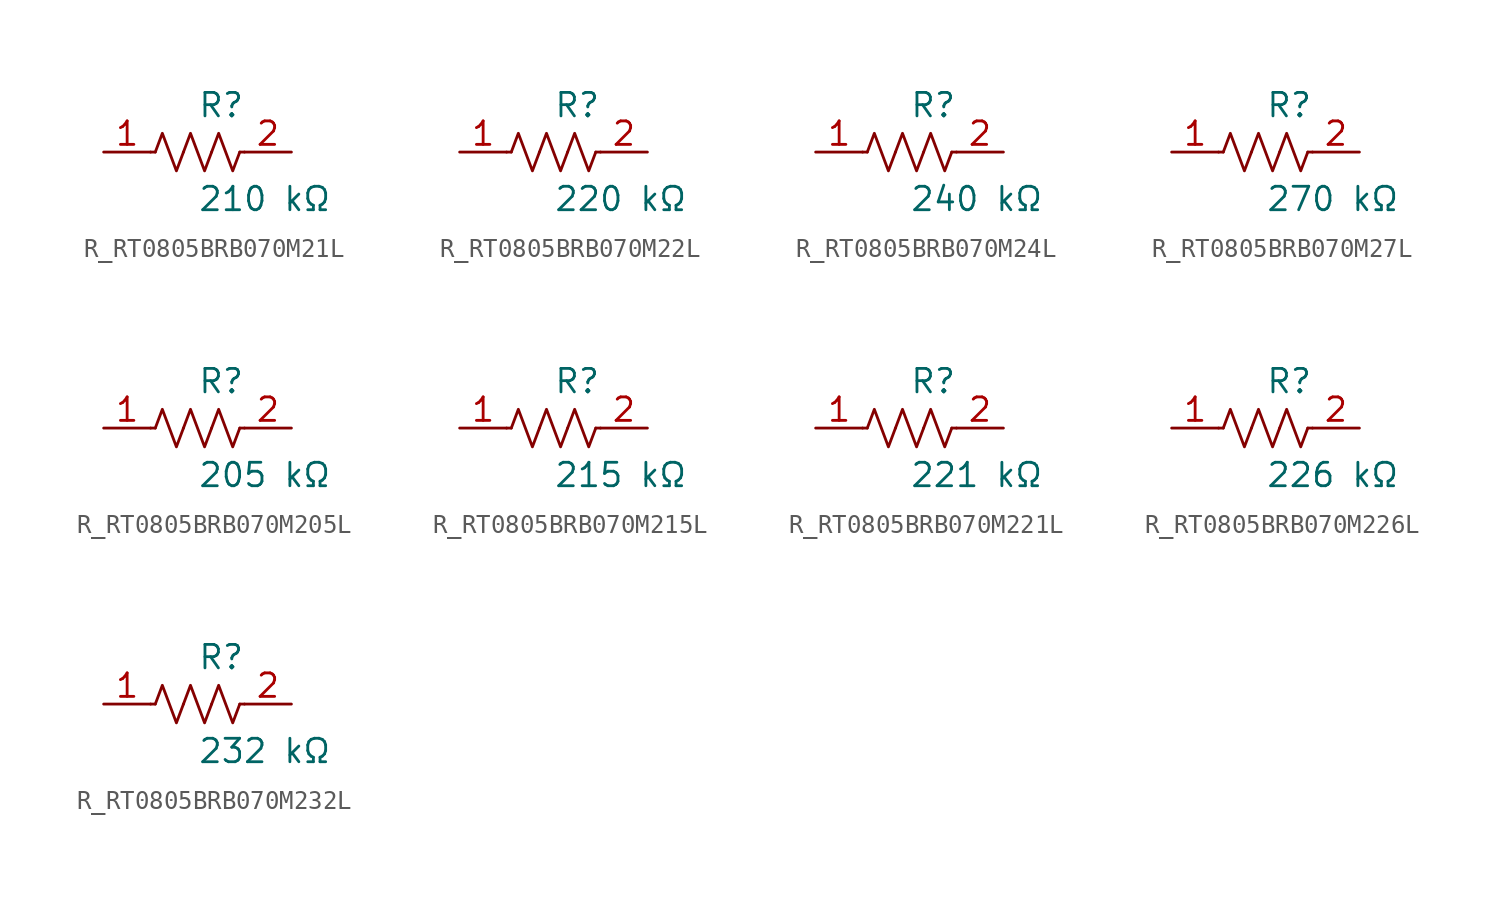
<source format=kicad_sym>
(kicad_symbol_lib
  (version 20231120)
  (generator kicad_symbol_editor)
  (generator_version 8.0)
  (symbol "R_RT0805BRB070M21L"
    (pin_names
      (offset 0.254))
    (property "Reference" "R"
      (at 0.0 2.54 0)
      (effects (font (size 1.27 1.27)) (justify left)))
    (property "Value" "210 kΩ"
      (at 0.0 -2.54 0)
      (effects (font (size 1.27 1.27)) (justify left)))
    (symbol "R_RT0805BRB070M21L_0_1"
      (polyline (pts (xy 2.286 0) (xy 2.54 0)) (stroke (width 0) (type default)) (fill (type none)))
      (polyline (pts (xy -2.286 0) (xy -2.54 0)) (stroke (width 0) (type default)) (fill (type none)))
      (polyline (pts (xy 0.762 0) (xy 1.143 1.016) (xy 1.524 0) (xy 1.905 -1.016) (xy 2.286 0)) (stroke (width 0) (type default)) (fill (type none)))
      (polyline (pts (xy -0.762 0) (xy -0.381 1.016) (xy 0 0) (xy 0.381 -1.016) (xy 0.762 0)) (stroke (width 0) (type default)) (fill (type none)))
      (polyline (pts (xy -2.286 0) (xy -1.905 1.016) (xy -1.524 0) (xy -1.143 -1.016) (xy -0.762 0)) (stroke (width 0) (type default)) (fill (type none))))
    (pin unspecified line
      (at -5.08 0 0)
      (length 2.54)
      (name "" (effects (font (size 1.27 1.27))))
      (number "1" (effects (font (size 1.27 1.27)))))
    (pin unspecified line
      (at 5.08 0 180)
      (length 2.54)
      (name "" (effects (font (size 1.27 1.27))))
      (number "2" (effects (font (size 1.27 1.27))))))
  (symbol "R_RT0805BRB070M22L"
    (pin_names
      (offset 0.254))
    (property "Reference" "R"
      (at 0.0 2.54 0)
      (effects (font (size 1.27 1.27)) (justify left)))
    (property "Value" "220 kΩ"
      (at 0.0 -2.54 0)
      (effects (font (size 1.27 1.27)) (justify left)))
    (symbol "R_RT0805BRB070M22L_0_1"
      (polyline (pts (xy 2.286 0) (xy 2.54 0)) (stroke (width 0) (type default)) (fill (type none)))
      (polyline (pts (xy -2.286 0) (xy -2.54 0)) (stroke (width 0) (type default)) (fill (type none)))
      (polyline (pts (xy 0.762 0) (xy 1.143 1.016) (xy 1.524 0) (xy 1.905 -1.016) (xy 2.286 0)) (stroke (width 0) (type default)) (fill (type none)))
      (polyline (pts (xy -0.762 0) (xy -0.381 1.016) (xy 0 0) (xy 0.381 -1.016) (xy 0.762 0)) (stroke (width 0) (type default)) (fill (type none)))
      (polyline (pts (xy -2.286 0) (xy -1.905 1.016) (xy -1.524 0) (xy -1.143 -1.016) (xy -0.762 0)) (stroke (width 0) (type default)) (fill (type none))))
    (pin unspecified line
      (at -5.08 0 0)
      (length 2.54)
      (name "" (effects (font (size 1.27 1.27))))
      (number "1" (effects (font (size 1.27 1.27)))))
    (pin unspecified line
      (at 5.08 0 180)
      (length 2.54)
      (name "" (effects (font (size 1.27 1.27))))
      (number "2" (effects (font (size 1.27 1.27))))))
  (symbol "R_RT0805BRB070M24L"
    (pin_names
      (offset 0.254))
    (property "Reference" "R"
      (at 0.0 2.54 0)
      (effects (font (size 1.27 1.27)) (justify left)))
    (property "Value" "240 kΩ"
      (at 0.0 -2.54 0)
      (effects (font (size 1.27 1.27)) (justify left)))
    (symbol "R_RT0805BRB070M24L_0_1"
      (polyline (pts (xy 2.286 0) (xy 2.54 0)) (stroke (width 0) (type default)) (fill (type none)))
      (polyline (pts (xy -2.286 0) (xy -2.54 0)) (stroke (width 0) (type default)) (fill (type none)))
      (polyline (pts (xy 0.762 0) (xy 1.143 1.016) (xy 1.524 0) (xy 1.905 -1.016) (xy 2.286 0)) (stroke (width 0) (type default)) (fill (type none)))
      (polyline (pts (xy -0.762 0) (xy -0.381 1.016) (xy 0 0) (xy 0.381 -1.016) (xy 0.762 0)) (stroke (width 0) (type default)) (fill (type none)))
      (polyline (pts (xy -2.286 0) (xy -1.905 1.016) (xy -1.524 0) (xy -1.143 -1.016) (xy -0.762 0)) (stroke (width 0) (type default)) (fill (type none))))
    (pin unspecified line
      (at -5.08 0 0)
      (length 2.54)
      (name "" (effects (font (size 1.27 1.27))))
      (number "1" (effects (font (size 1.27 1.27)))))
    (pin unspecified line
      (at 5.08 0 180)
      (length 2.54)
      (name "" (effects (font (size 1.27 1.27))))
      (number "2" (effects (font (size 1.27 1.27))))))
  (symbol "R_RT0805BRB070M27L"
    (pin_names
      (offset 0.254))
    (property "Reference" "R"
      (at 0.0 2.54 0)
      (effects (font (size 1.27 1.27)) (justify left)))
    (property "Value" "270 kΩ"
      (at 0.0 -2.54 0)
      (effects (font (size 1.27 1.27)) (justify left)))
    (symbol "R_RT0805BRB070M27L_0_1"
      (polyline (pts (xy 2.286 0) (xy 2.54 0)) (stroke (width 0) (type default)) (fill (type none)))
      (polyline (pts (xy -2.286 0) (xy -2.54 0)) (stroke (width 0) (type default)) (fill (type none)))
      (polyline (pts (xy 0.762 0) (xy 1.143 1.016) (xy 1.524 0) (xy 1.905 -1.016) (xy 2.286 0)) (stroke (width 0) (type default)) (fill (type none)))
      (polyline (pts (xy -0.762 0) (xy -0.381 1.016) (xy 0 0) (xy 0.381 -1.016) (xy 0.762 0)) (stroke (width 0) (type default)) (fill (type none)))
      (polyline (pts (xy -2.286 0) (xy -1.905 1.016) (xy -1.524 0) (xy -1.143 -1.016) (xy -0.762 0)) (stroke (width 0) (type default)) (fill (type none))))
    (pin unspecified line
      (at -5.08 0 0)
      (length 2.54)
      (name "" (effects (font (size 1.27 1.27))))
      (number "1" (effects (font (size 1.27 1.27)))))
    (pin unspecified line
      (at 5.08 0 180)
      (length 2.54)
      (name "" (effects (font (size 1.27 1.27))))
      (number "2" (effects (font (size 1.27 1.27))))))
  (symbol "R_RT0805BRB070M205L"
    (pin_names
      (offset 0.254))
    (property "Reference" "R"
      (at 0.0 2.54 0)
      (effects (font (size 1.27 1.27)) (justify left)))
    (property "Value" "205 kΩ"
      (at 0.0 -2.54 0)
      (effects (font (size 1.27 1.27)) (justify left)))
    (symbol "R_RT0805BRB070M205L_0_1"
      (polyline (pts (xy 2.286 0) (xy 2.54 0)) (stroke (width 0) (type default)) (fill (type none)))
      (polyline (pts (xy -2.286 0) (xy -2.54 0)) (stroke (width 0) (type default)) (fill (type none)))
      (polyline (pts (xy 0.762 0) (xy 1.143 1.016) (xy 1.524 0) (xy 1.905 -1.016) (xy 2.286 0)) (stroke (width 0) (type default)) (fill (type none)))
      (polyline (pts (xy -0.762 0) (xy -0.381 1.016) (xy 0 0) (xy 0.381 -1.016) (xy 0.762 0)) (stroke (width 0) (type default)) (fill (type none)))
      (polyline (pts (xy -2.286 0) (xy -1.905 1.016) (xy -1.524 0) (xy -1.143 -1.016) (xy -0.762 0)) (stroke (width 0) (type default)) (fill (type none))))
    (pin unspecified line
      (at -5.08 0 0)
      (length 2.54)
      (name "" (effects (font (size 1.27 1.27))))
      (number "1" (effects (font (size 1.27 1.27)))))
    (pin unspecified line
      (at 5.08 0 180)
      (length 2.54)
      (name "" (effects (font (size 1.27 1.27))))
      (number "2" (effects (font (size 1.27 1.27))))))
  (symbol "R_RT0805BRB070M215L"
    (pin_names
      (offset 0.254))
    (property "Reference" "R"
      (at 0.0 2.54 0)
      (effects (font (size 1.27 1.27)) (justify left)))
    (property "Value" "215 kΩ"
      (at 0.0 -2.54 0)
      (effects (font (size 1.27 1.27)) (justify left)))
    (symbol "R_RT0805BRB070M215L_0_1"
      (polyline (pts (xy 2.286 0) (xy 2.54 0)) (stroke (width 0) (type default)) (fill (type none)))
      (polyline (pts (xy -2.286 0) (xy -2.54 0)) (stroke (width 0) (type default)) (fill (type none)))
      (polyline (pts (xy 0.762 0) (xy 1.143 1.016) (xy 1.524 0) (xy 1.905 -1.016) (xy 2.286 0)) (stroke (width 0) (type default)) (fill (type none)))
      (polyline (pts (xy -0.762 0) (xy -0.381 1.016) (xy 0 0) (xy 0.381 -1.016) (xy 0.762 0)) (stroke (width 0) (type default)) (fill (type none)))
      (polyline (pts (xy -2.286 0) (xy -1.905 1.016) (xy -1.524 0) (xy -1.143 -1.016) (xy -0.762 0)) (stroke (width 0) (type default)) (fill (type none))))
    (pin unspecified line
      (at -5.08 0 0)
      (length 2.54)
      (name "" (effects (font (size 1.27 1.27))))
      (number "1" (effects (font (size 1.27 1.27)))))
    (pin unspecified line
      (at 5.08 0 180)
      (length 2.54)
      (name "" (effects (font (size 1.27 1.27))))
      (number "2" (effects (font (size 1.27 1.27))))))
  (symbol "R_RT0805BRB070M221L"
    (pin_names
      (offset 0.254))
    (property "Reference" "R"
      (at 0.0 2.54 0)
      (effects (font (size 1.27 1.27)) (justify left)))
    (property "Value" "221 kΩ"
      (at 0.0 -2.54 0)
      (effects (font (size 1.27 1.27)) (justify left)))
    (symbol "R_RT0805BRB070M221L_0_1"
      (polyline (pts (xy 2.286 0) (xy 2.54 0)) (stroke (width 0) (type default)) (fill (type none)))
      (polyline (pts (xy -2.286 0) (xy -2.54 0)) (stroke (width 0) (type default)) (fill (type none)))
      (polyline (pts (xy 0.762 0) (xy 1.143 1.016) (xy 1.524 0) (xy 1.905 -1.016) (xy 2.286 0)) (stroke (width 0) (type default)) (fill (type none)))
      (polyline (pts (xy -0.762 0) (xy -0.381 1.016) (xy 0 0) (xy 0.381 -1.016) (xy 0.762 0)) (stroke (width 0) (type default)) (fill (type none)))
      (polyline (pts (xy -2.286 0) (xy -1.905 1.016) (xy -1.524 0) (xy -1.143 -1.016) (xy -0.762 0)) (stroke (width 0) (type default)) (fill (type none))))
    (pin unspecified line
      (at -5.08 0 0)
      (length 2.54)
      (name "" (effects (font (size 1.27 1.27))))
      (number "1" (effects (font (size 1.27 1.27)))))
    (pin unspecified line
      (at 5.08 0 180)
      (length 2.54)
      (name "" (effects (font (size 1.27 1.27))))
      (number "2" (effects (font (size 1.27 1.27))))))
  (symbol "R_RT0805BRB070M226L"
    (pin_names
      (offset 0.254))
    (property "Reference" "R"
      (at 0.0 2.54 0)
      (effects (font (size 1.27 1.27)) (justify left)))
    (property "Value" "226 kΩ"
      (at 0.0 -2.54 0)
      (effects (font (size 1.27 1.27)) (justify left)))
    (symbol "R_RT0805BRB070M226L_0_1"
      (polyline (pts (xy 2.286 0) (xy 2.54 0)) (stroke (width 0) (type default)) (fill (type none)))
      (polyline (pts (xy -2.286 0) (xy -2.54 0)) (stroke (width 0) (type default)) (fill (type none)))
      (polyline (pts (xy 0.762 0) (xy 1.143 1.016) (xy 1.524 0) (xy 1.905 -1.016) (xy 2.286 0)) (stroke (width 0) (type default)) (fill (type none)))
      (polyline (pts (xy -0.762 0) (xy -0.381 1.016) (xy 0 0) (xy 0.381 -1.016) (xy 0.762 0)) (stroke (width 0) (type default)) (fill (type none)))
      (polyline (pts (xy -2.286 0) (xy -1.905 1.016) (xy -1.524 0) (xy -1.143 -1.016) (xy -0.762 0)) (stroke (width 0) (type default)) (fill (type none))))
    (pin unspecified line
      (at -5.08 0 0)
      (length 2.54)
      (name "" (effects (font (size 1.27 1.27))))
      (number "1" (effects (font (size 1.27 1.27)))))
    (pin unspecified line
      (at 5.08 0 180)
      (length 2.54)
      (name "" (effects (font (size 1.27 1.27))))
      (number "2" (effects (font (size 1.27 1.27))))))
  (symbol "R_RT0805BRB070M232L"
    (pin_names
      (offset 0.254))
    (property "Reference" "R"
      (at 0.0 2.54 0)
      (effects (font (size 1.27 1.27)) (justify left)))
    (property "Value" "232 kΩ"
      (at 0.0 -2.54 0)
      (effects (font (size 1.27 1.27)) (justify left)))
    (symbol "R_RT0805BRB070M232L_0_1"
      (polyline (pts (xy 2.286 0) (xy 2.54 0)) (stroke (width 0) (type default)) (fill (type none)))
      (polyline (pts (xy -2.286 0) (xy -2.54 0)) (stroke (width 0) (type default)) (fill (type none)))
      (polyline (pts (xy 0.762 0) (xy 1.143 1.016) (xy 1.524 0) (xy 1.905 -1.016) (xy 2.286 0)) (stroke (width 0) (type default)) (fill (type none)))
      (polyline (pts (xy -0.762 0) (xy -0.381 1.016) (xy 0 0) (xy 0.381 -1.016) (xy 0.762 0)) (stroke (width 0) (type default)) (fill (type none)))
      (polyline (pts (xy -2.286 0) (xy -1.905 1.016) (xy -1.524 0) (xy -1.143 -1.016) (xy -0.762 0)) (stroke (width 0) (type default)) (fill (type none))))
    (pin unspecified line
      (at -5.08 0 0)
      (length 2.54)
      (name "" (effects (font (size 1.27 1.27))))
      (number "1" (effects (font (size 1.27 1.27)))))
    (pin unspecified line
      (at 5.08 0 180)
      (length 2.54)
      (name "" (effects (font (size 1.27 1.27))))
      (number "2" (effects (font (size 1.27 1.27)))))))
</source>
